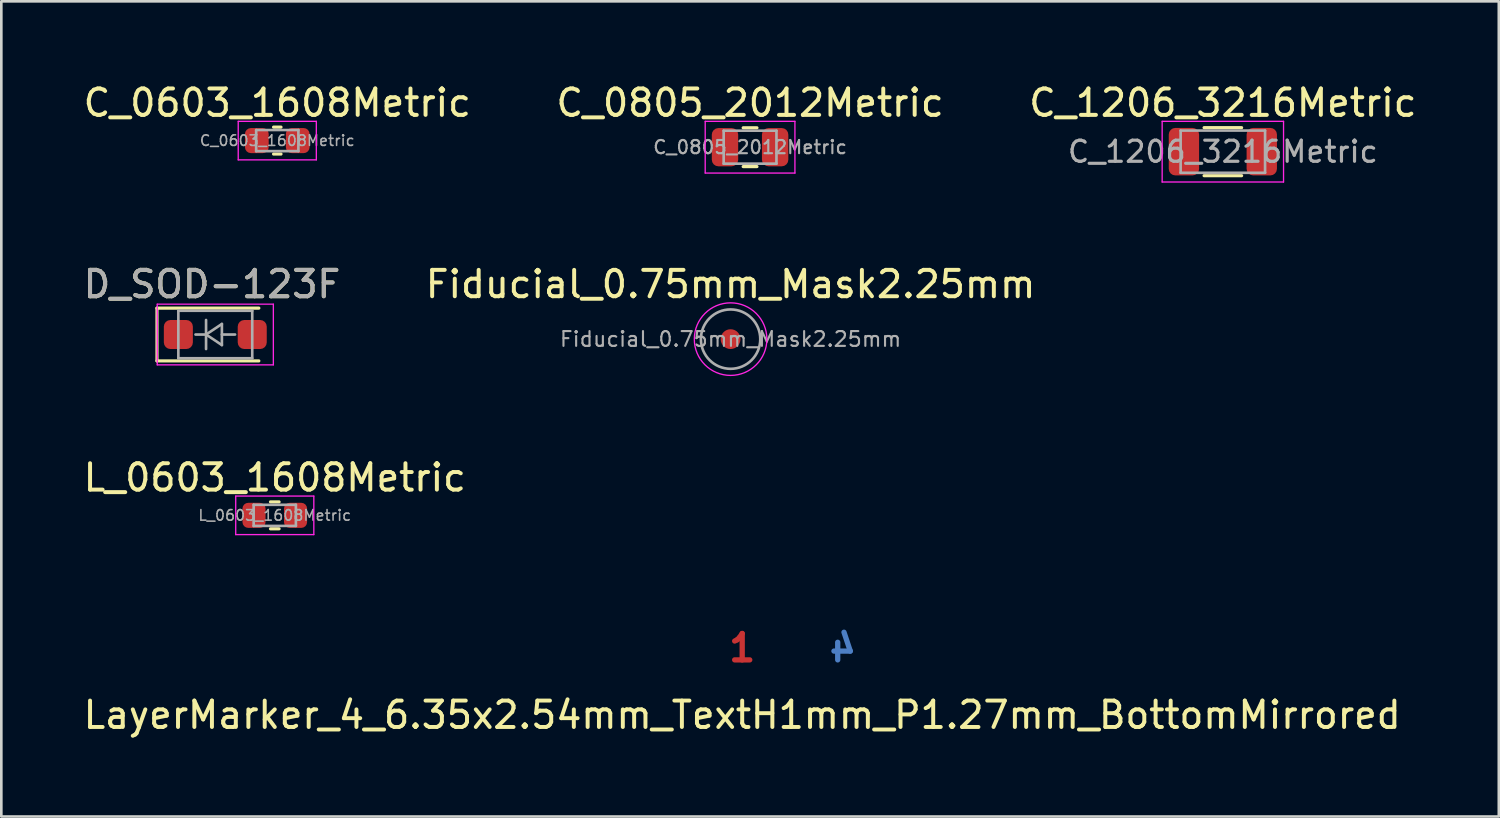
<source format=kicad_pcb>
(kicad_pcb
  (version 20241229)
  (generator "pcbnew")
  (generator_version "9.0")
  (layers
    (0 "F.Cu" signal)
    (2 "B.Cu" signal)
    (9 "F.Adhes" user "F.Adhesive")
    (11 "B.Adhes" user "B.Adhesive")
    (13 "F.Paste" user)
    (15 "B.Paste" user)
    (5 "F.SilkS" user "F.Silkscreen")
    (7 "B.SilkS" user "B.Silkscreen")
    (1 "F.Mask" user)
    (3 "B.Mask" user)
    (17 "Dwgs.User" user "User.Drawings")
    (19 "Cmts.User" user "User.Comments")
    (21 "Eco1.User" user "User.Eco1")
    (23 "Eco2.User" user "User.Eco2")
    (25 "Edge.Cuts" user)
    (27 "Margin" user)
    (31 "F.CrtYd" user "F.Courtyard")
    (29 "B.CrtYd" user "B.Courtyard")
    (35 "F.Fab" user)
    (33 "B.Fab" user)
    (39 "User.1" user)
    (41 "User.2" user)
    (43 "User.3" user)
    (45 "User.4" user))
  (footprint "C_1206_3216Metric"
    (layer "F.Cu")
    (at 43.292 2.698)
    (property "Reference" "C_1206_3216Metric" (at 0 -1.85 0) (layer "F.SilkS") (effects (font (size 1 1) (thickness 0.15))))
    (attr smd)
    (fp_line (start -0.711 -0.91) (end 0.711 -0.91) (stroke (width 0.12) (type solid)) (layer "F.SilkS"))
    (fp_line (start -0.711 0.91) (end 0.711 0.91) (stroke (width 0.12) (type solid)) (layer "F.SilkS"))
    (fp_line (start -2.3 -1.15) (end 2.3 -1.15) (stroke (width 0.05) (type solid)) (layer "F.CrtYd"))
    (fp_line (start -2.3 1.15) (end -2.3 -1.15) (stroke (width 0.05) (type solid)) (layer "F.CrtYd"))
    (fp_line (start 2.3 -1.15) (end 2.3 1.15) (stroke (width 0.05) (type solid)) (layer "F.CrtYd"))
    (fp_line (start 2.3 1.15) (end -2.3 1.15) (stroke (width 0.05) (type solid)) (layer "F.CrtYd"))
    (fp_line (start -1.6 -0.8) (end 1.6 -0.8) (stroke (width 0.1) (type solid)) (layer "F.Fab"))
    (fp_line (start -1.6 0.8) (end -1.6 -0.8) (stroke (width 0.1) (type solid)) (layer "F.Fab"))
    (fp_line (start 1.6 -0.8) (end 1.6 0.8) (stroke (width 0.1) (type solid)) (layer "F.Fab"))
    (fp_line (start 1.6 0.8) (end -1.6 0.8) (stroke (width 0.1) (type solid)) (layer "F.Fab"))
    (fp_text user "${REFERENCE}" (at 0 0 0) (layer "F.Fab") (effects (font (size 0.8 0.8) (thickness 0.12))))
    (pad "1" smd roundrect (at -1.475 0) (size 1.15 1.8) (layers "F.Cu" "F.Mask" "F.Paste") (roundrect_rratio 0.217))
    (pad "2" smd roundrect (at 1.475 0) (size 1.15 1.8) (layers "F.Cu" "F.Mask" "F.Paste") (roundrect_rratio 0.217)))
  (footprint "C_0805_2012Metric"
    (layer "F.Cu")
    (at 25.375 2.528)
    (property "Reference" "C_0805_2012Metric" (at 0 -1.68 180) (layer "F.SilkS") (effects (font (size 1 1) (thickness 0.15))))
    (attr smd)
    (fp_line (start -0.261 -0.735) (end 0.261 -0.735) (stroke (width 0.12) (type solid)) (layer "F.SilkS"))
    (fp_line (start -0.261 0.735) (end 0.261 0.735) (stroke (width 0.12) (type solid)) (layer "F.SilkS"))
    (fp_line (start -1.7 -0.98) (end 1.7 -0.98) (stroke (width 0.05) (type solid)) (layer "F.CrtYd"))
    (fp_line (start -1.7 0.98) (end -1.7 -0.98) (stroke (width 0.05) (type solid)) (layer "F.CrtYd"))
    (fp_line (start 1.7 -0.98) (end 1.7 0.98) (stroke (width 0.05) (type solid)) (layer "F.CrtYd"))
    (fp_line (start 1.7 0.98) (end -1.7 0.98) (stroke (width 0.05) (type solid)) (layer "F.CrtYd"))
    (fp_line (start -1 -0.625) (end 1 -0.625) (stroke (width 0.1) (type solid)) (layer "F.Fab"))
    (fp_line (start -1 0.625) (end -1 -0.625) (stroke (width 0.1) (type solid)) (layer "F.Fab"))
    (fp_line (start 1 -0.625) (end 1 0.625) (stroke (width 0.1) (type solid)) (layer "F.Fab"))
    (fp_line (start 1 0.625) (end -1 0.625) (stroke (width 0.1) (type solid)) (layer "F.Fab"))
    (fp_text user "${REFERENCE}" (at 0 0 180) (layer "F.Fab") (effects (font (size 0.5 0.5) (thickness 0.08))))
    (pad "1" smd roundrect (at -0.95 0) (size 1 1.45) (layers "F.Cu" "F.Mask" "F.Paste") (roundrect_rratio 0.25))
    (pad "2" smd roundrect (at 0.95 0) (size 1 1.45) (layers "F.Cu" "F.Mask" "F.Paste") (roundrect_rratio 0.25)))
  (footprint "LayerMarker_4_6.35x2.54mm_TextH1mm_P1.27mm_BottomMirrored"
    (layer "F.Cu")
    (at 25.077 22.775)
    (property "Reference" "LayerMarker_4_6.35x2.54mm_TextH1mm_P1.27mm_BottomMirrored" (at 0 1.27 0) (layer "F.SilkS") (effects (font (size 1 1) (thickness 0.15))))
    (attr board_only exclude_from_pos_files exclude_from_bom allow_missing_courtyard)
    (fp_text user "1" (at 0 -1.27 0) (layer "F.Cu") (effects (font (size 1 1) (thickness 0.2))))
    (fp_text user "4" (at 3.81 -1.27 0) (layer "B.Cu") (effects (font (size 1 1) (thickness 0.2)) (justify mirror)))
    (fp_text user "2" (at 1.27 -1.27 0) (layer "In1.Cu") (effects (font (size 1 1) (thickness 0.2))))
    (fp_text user "3" (at 2.54 -1.27 0) (layer "In2.Cu") (effects (font (size 1 1) (thickness 0.2))))
    (zone (net_name "") (layers "F.Cu" "B.Cu") (hatch edge 0.5) (connect_pads) (min_thickness 0.25) (filled_areas_thickness no) (keepout (tracks not_allowed) (vias not_allowed) (pads not_allowed) (copperpour not_allowed) (footprints allowed)) (placement (enabled no)) (fill) (polygon (pts (xy 23.807 20.235) (xy 30.157 20.235) (xy 30.157 22.775) (xy 23.807 22.775)))))
  (footprint "D_SOD-123F"
    (layer "F.Cu")
    (at 5.109 9.627)
    (property "Reference" "D_SOD-123F" (at -0.127 -1.905 0) (layer "F.SilkS") (effects (font (size 1 1) (thickness 0.15))))
    (attr smd)
    (fp_line (start -2.21 -1) (end -2.21 1) (stroke (width 0.12) (type solid)) (layer "F.SilkS"))
    (fp_line (start -2.21 -1) (end 1.65 -1) (stroke (width 0.12) (type solid)) (layer "F.SilkS"))
    (fp_line (start -2.21 1) (end 1.65 1) (stroke (width 0.12) (type solid)) (layer "F.SilkS"))
    (fp_line (start -2.2 -1.15) (end -2.2 1.15) (stroke (width 0.05) (type solid)) (layer "F.CrtYd"))
    (fp_line (start -2.2 -1.15) (end 2.2 -1.15) (stroke (width 0.05) (type solid)) (layer "F.CrtYd"))
    (fp_line (start 2.2 -1.15) (end 2.2 1.15) (stroke (width 0.05) (type solid)) (layer "F.CrtYd"))
    (fp_line (start 2.2 1.15) (end -2.2 1.15) (stroke (width 0.05) (type solid)) (layer "F.CrtYd"))
    (fp_line (start -1.4 -0.9) (end 1.4 -0.9) (stroke (width 0.1) (type solid)) (layer "F.Fab"))
    (fp_line (start -1.4 0.9) (end -1.4 -0.9) (stroke (width 0.1) (type solid)) (layer "F.Fab"))
    (fp_line (start -0.75 0) (end -0.35 0) (stroke (width 0.1) (type solid)) (layer "F.Fab"))
    (fp_line (start -0.35 0) (end -0.35 -0.55) (stroke (width 0.1) (type solid)) (layer "F.Fab"))
    (fp_line (start -0.35 0) (end -0.35 0.55) (stroke (width 0.1) (type solid)) (layer "F.Fab"))
    (fp_line (start -0.35 0) (end 0.25 -0.4) (stroke (width 0.1) (type solid)) (layer "F.Fab"))
    (fp_line (start 0.25 -0.4) (end 0.25 0.4) (stroke (width 0.1) (type solid)) (layer "F.Fab"))
    (fp_line (start 0.25 0) (end 0.75 0) (stroke (width 0.1) (type solid)) (layer "F.Fab"))
    (fp_line (start 0.25 0.4) (end -0.35 0) (stroke (width 0.1) (type solid)) (layer "F.Fab"))
    (fp_line (start 1.4 -0.9) (end 1.4 0.9) (stroke (width 0.1) (type solid)) (layer "F.Fab"))
    (fp_line (start 1.4 0.9) (end -1.4 0.9) (stroke (width 0.1) (type solid)) (layer "F.Fab"))
    (fp_text user "${REFERENCE}" (at -0.127 -1.905 0) (layer "F.Fab") (effects (font (size 1 1) (thickness 0.15))))
    (pad "1" smd roundrect (at -1.4 0) (size 1.1 1.1) (layers "F.Cu" "F.Mask" "F.Paste") (roundrect_rratio 0.227))
    (pad "2" smd roundrect (at 1.4 0) (size 1.1 1.1) (layers "F.Cu" "F.Mask" "F.Paste") (roundrect_rratio 0.227)))
  (footprint "L_0603_1608Metric"
    (layer "F.Cu")
    (at 7.363 16.48)
    (property "Reference" "L_0603_1608Metric" (at 0 -1.43 0) (layer "F.SilkS") (effects (font (size 1 1) (thickness 0.15))))
    (attr smd)
    (fp_line (start -0.163 -0.51) (end 0.163 -0.51) (stroke (width 0.12) (type solid)) (layer "F.SilkS"))
    (fp_line (start -0.163 0.51) (end 0.163 0.51) (stroke (width 0.12) (type solid)) (layer "F.SilkS"))
    (fp_line (start -1.48 -0.73) (end 1.48 -0.73) (stroke (width 0.05) (type solid)) (layer "F.CrtYd"))
    (fp_line (start -1.48 0.73) (end -1.48 -0.73) (stroke (width 0.05) (type solid)) (layer "F.CrtYd"))
    (fp_line (start 1.48 -0.73) (end 1.48 0.73) (stroke (width 0.05) (type solid)) (layer "F.CrtYd"))
    (fp_line (start 1.48 0.73) (end -1.48 0.73) (stroke (width 0.05) (type solid)) (layer "F.CrtYd"))
    (fp_line (start -0.8 -0.4) (end 0.8 -0.4) (stroke (width 0.1) (type solid)) (layer "F.Fab"))
    (fp_line (start -0.8 0.4) (end -0.8 -0.4) (stroke (width 0.1) (type solid)) (layer "F.Fab"))
    (fp_line (start 0.8 -0.4) (end 0.8 0.4) (stroke (width 0.1) (type solid)) (layer "F.Fab"))
    (fp_line (start 0.8 0.4) (end -0.8 0.4) (stroke (width 0.1) (type solid)) (layer "F.Fab"))
    (fp_text user "${REFERENCE}" (at 0 0 0) (layer "F.Fab") (effects (font (size 0.4 0.4) (thickness 0.06))))
    (pad "1" smd roundrect (at -0.787 0) (size 0.875 0.95) (layers "F.Cu" "F.Mask" "F.Paste") (roundrect_rratio 0.25))
    (pad "2" smd roundrect (at 0.787 0) (size 0.875 0.95) (layers "F.Cu" "F.Mask" "F.Paste") (roundrect_rratio 0.25)))
  (footprint "C_0603_1608Metric"
    (layer "F.Cu")
    (at 7.458 2.278)
    (property "Reference" "C_0603_1608Metric" (at 0 -1.43 180) (layer "F.SilkS") (effects (font (size 1 1) (thickness 0.15))))
    (attr smd)
    (fp_line (start -0.141 -0.51) (end 0.141 -0.51) (stroke (width 0.12) (type solid)) (layer "F.SilkS"))
    (fp_line (start -0.141 0.51) (end 0.141 0.51) (stroke (width 0.12) (type solid)) (layer "F.SilkS"))
    (fp_line (start -1.48 -0.73) (end 1.48 -0.73) (stroke (width 0.05) (type solid)) (layer "F.CrtYd"))
    (fp_line (start -1.48 0.73) (end -1.48 -0.73) (stroke (width 0.05) (type solid)) (layer "F.CrtYd"))
    (fp_line (start 1.48 -0.73) (end 1.48 0.73) (stroke (width 0.05) (type solid)) (layer "F.CrtYd"))
    (fp_line (start 1.48 0.73) (end -1.48 0.73) (stroke (width 0.05) (type solid)) (layer "F.CrtYd"))
    (fp_line (start -0.8 -0.4) (end 0.8 -0.4) (stroke (width 0.1) (type solid)) (layer "F.Fab"))
    (fp_line (start -0.8 0.4) (end -0.8 -0.4) (stroke (width 0.1) (type solid)) (layer "F.Fab"))
    (fp_line (start 0.8 -0.4) (end 0.8 0.4) (stroke (width 0.1) (type solid)) (layer "F.Fab"))
    (fp_line (start 0.8 0.4) (end -0.8 0.4) (stroke (width 0.1) (type solid)) (layer "F.Fab"))
    (fp_text user "${REFERENCE}" (at 0 0 180) (layer "F.Fab") (effects (font (size 0.4 0.4) (thickness 0.06))))
    (pad "1" smd roundrect (at -0.775 0) (size 0.9 0.95) (layers "F.Cu" "F.Mask" "F.Paste") (roundrect_rratio 0.25))
    (pad "2" smd roundrect (at 0.775 0) (size 0.9 0.95) (layers "F.Cu" "F.Mask" "F.Paste") (roundrect_rratio 0.25)))
  (footprint "Fiducial_0.75mm_Mask2.25mm"
    (layer "F.Cu")
    (at 24.637 9.802)
    (property "Reference" "Fiducial_0.75mm_Mask2.25mm" (at 0 -2.08 0) (layer "F.SilkS") (effects (font (size 1 1) (thickness 0.15))))
    (attr smd exclude_from_bom)
    (fp_circle (center 0 0) (end 1.375 0) (stroke (width 0.05) (type solid)) (fill no) (layer "F.CrtYd"))
    (fp_circle (center 0 0) (end 1.125 0) (stroke (width 0.1) (type solid)) (fill no) (layer "F.Fab"))
    (fp_text user "${REFERENCE}" (at 0 0 0) (layer "F.Fab") (effects (font (size 0.56 0.56) (thickness 0.08))))
    (pad "" smd circle (at 0 0) (size 0.75 0.75) (layers "F.Cu" "F.Mask")))
  (gr_rect
    (start -3 -3)
    (end 53.75 27.893)
    (stroke (width 0.1) (type default))
    (fill no)
    (layer "Edge.Cuts")))
</source>
